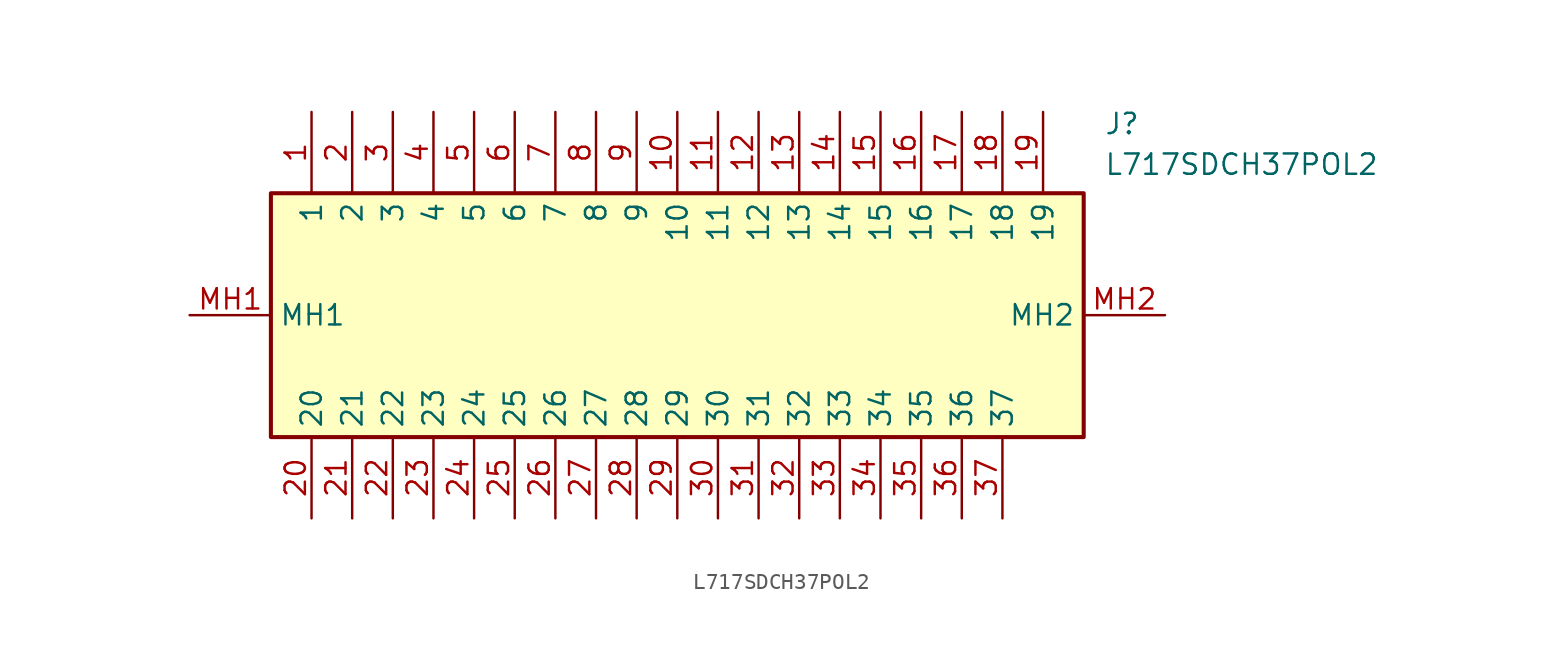
<source format=kicad_sym>
(kicad_symbol_lib
  (version 20211014)
  (generator SamacSys_ECAD_Model)
  (symbol "L717SDCH37POL2"
    (property "Reference" "J"
      (at 57.15 12.7 0)
      (effects (font (size 1.27 1.27)) (justify left top)))
    (property "Value" "L717SDCH37POL2"
      (at 57.15 10.16 0)
      (effects (font (size 1.27 1.27)) (justify left top)))
    (rectangle
      (start 5.08 7.62)
      (end 55.88 -7.62)
      (stroke (width 0.254) (type default))
      (fill (type background)))
    (pin passive line
      (at 7.62 12.7 270)
      (length 5.08)
      (name "1" (effects (font (size 1.27 1.27))))
      (number "1" (effects (font (size 1.27 1.27)))))
    (pin passive line
      (at 10.16 12.7 270)
      (length 5.08)
      (name "2" (effects (font (size 1.27 1.27))))
      (number "2" (effects (font (size 1.27 1.27)))))
    (pin passive line
      (at 12.7 12.7 270)
      (length 5.08)
      (name "3" (effects (font (size 1.27 1.27))))
      (number "3" (effects (font (size 1.27 1.27)))))
    (pin passive line
      (at 15.24 12.7 270)
      (length 5.08)
      (name "4" (effects (font (size 1.27 1.27))))
      (number "4" (effects (font (size 1.27 1.27)))))
    (pin passive line
      (at 17.78 12.7 270)
      (length 5.08)
      (name "5" (effects (font (size 1.27 1.27))))
      (number "5" (effects (font (size 1.27 1.27)))))
    (pin passive line
      (at 20.32 12.7 270)
      (length 5.08)
      (name "6" (effects (font (size 1.27 1.27))))
      (number "6" (effects (font (size 1.27 1.27)))))
    (pin passive line
      (at 22.86 12.7 270)
      (length 5.08)
      (name "7" (effects (font (size 1.27 1.27))))
      (number "7" (effects (font (size 1.27 1.27)))))
    (pin passive line
      (at 25.4 12.7 270)
      (length 5.08)
      (name "8" (effects (font (size 1.27 1.27))))
      (number "8" (effects (font (size 1.27 1.27)))))
    (pin passive line
      (at 27.94 12.7 270)
      (length 5.08)
      (name "9" (effects (font (size 1.27 1.27))))
      (number "9" (effects (font (size 1.27 1.27)))))
    (pin passive line
      (at 30.48 12.7 270)
      (length 5.08)
      (name "10" (effects (font (size 1.27 1.27))))
      (number "10" (effects (font (size 1.27 1.27)))))
    (pin passive line
      (at 33.02 12.7 270)
      (length 5.08)
      (name "11" (effects (font (size 1.27 1.27))))
      (number "11" (effects (font (size 1.27 1.27)))))
    (pin passive line
      (at 35.56 12.7 270)
      (length 5.08)
      (name "12" (effects (font (size 1.27 1.27))))
      (number "12" (effects (font (size 1.27 1.27)))))
    (pin passive line
      (at 38.1 12.7 270)
      (length 5.08)
      (name "13" (effects (font (size 1.27 1.27))))
      (number "13" (effects (font (size 1.27 1.27)))))
    (pin passive line
      (at 40.64 12.7 270)
      (length 5.08)
      (name "14" (effects (font (size 1.27 1.27))))
      (number "14" (effects (font (size 1.27 1.27)))))
    (pin passive line
      (at 43.18 12.7 270)
      (length 5.08)
      (name "15" (effects (font (size 1.27 1.27))))
      (number "15" (effects (font (size 1.27 1.27)))))
    (pin passive line
      (at 45.72 12.7 270)
      (length 5.08)
      (name "16" (effects (font (size 1.27 1.27))))
      (number "16" (effects (font (size 1.27 1.27)))))
    (pin passive line
      (at 48.26 12.7 270)
      (length 5.08)
      (name "17" (effects (font (size 1.27 1.27))))
      (number "17" (effects (font (size 1.27 1.27)))))
    (pin passive line
      (at 50.8 12.7 270)
      (length 5.08)
      (name "18" (effects (font (size 1.27 1.27))))
      (number "18" (effects (font (size 1.27 1.27)))))
    (pin passive line
      (at 53.34 12.7 270)
      (length 5.08)
      (name "19" (effects (font (size 1.27 1.27))))
      (number "19" (effects (font (size 1.27 1.27)))))
    (pin passive line
      (at 7.62 -12.7 90)
      (length 5.08)
      (name "20" (effects (font (size 1.27 1.27))))
      (number "20" (effects (font (size 1.27 1.27)))))
    (pin passive line
      (at 10.16 -12.7 90)
      (length 5.08)
      (name "21" (effects (font (size 1.27 1.27))))
      (number "21" (effects (font (size 1.27 1.27)))))
    (pin passive line
      (at 12.7 -12.7 90)
      (length 5.08)
      (name "22" (effects (font (size 1.27 1.27))))
      (number "22" (effects (font (size 1.27 1.27)))))
    (pin passive line
      (at 15.24 -12.7 90)
      (length 5.08)
      (name "23" (effects (font (size 1.27 1.27))))
      (number "23" (effects (font (size 1.27 1.27)))))
    (pin passive line
      (at 17.78 -12.7 90)
      (length 5.08)
      (name "24" (effects (font (size 1.27 1.27))))
      (number "24" (effects (font (size 1.27 1.27)))))
    (pin passive line
      (at 20.32 -12.7 90)
      (length 5.08)
      (name "25" (effects (font (size 1.27 1.27))))
      (number "25" (effects (font (size 1.27 1.27)))))
    (pin passive line
      (at 22.86 -12.7 90)
      (length 5.08)
      (name "26" (effects (font (size 1.27 1.27))))
      (number "26" (effects (font (size 1.27 1.27)))))
    (pin passive line
      (at 25.4 -12.7 90)
      (length 5.08)
      (name "27" (effects (font (size 1.27 1.27))))
      (number "27" (effects (font (size 1.27 1.27)))))
    (pin passive line
      (at 27.94 -12.7 90)
      (length 5.08)
      (name "28" (effects (font (size 1.27 1.27))))
      (number "28" (effects (font (size 1.27 1.27)))))
    (pin passive line
      (at 30.48 -12.7 90)
      (length 5.08)
      (name "29" (effects (font (size 1.27 1.27))))
      (number "29" (effects (font (size 1.27 1.27)))))
    (pin passive line
      (at 33.02 -12.7 90)
      (length 5.08)
      (name "30" (effects (font (size 1.27 1.27))))
      (number "30" (effects (font (size 1.27 1.27)))))
    (pin passive line
      (at 35.56 -12.7 90)
      (length 5.08)
      (name "31" (effects (font (size 1.27 1.27))))
      (number "31" (effects (font (size 1.27 1.27)))))
    (pin passive line
      (at 38.1 -12.7 90)
      (length 5.08)
      (name "32" (effects (font (size 1.27 1.27))))
      (number "32" (effects (font (size 1.27 1.27)))))
    (pin passive line
      (at 40.64 -12.7 90)
      (length 5.08)
      (name "33" (effects (font (size 1.27 1.27))))
      (number "33" (effects (font (size 1.27 1.27)))))
    (pin passive line
      (at 43.18 -12.7 90)
      (length 5.08)
      (name "34" (effects (font (size 1.27 1.27))))
      (number "34" (effects (font (size 1.27 1.27)))))
    (pin passive line
      (at 45.72 -12.7 90)
      (length 5.08)
      (name "35" (effects (font (size 1.27 1.27))))
      (number "35" (effects (font (size 1.27 1.27)))))
    (pin passive line
      (at 48.26 -12.7 90)
      (length 5.08)
      (name "36" (effects (font (size 1.27 1.27))))
      (number "36" (effects (font (size 1.27 1.27)))))
    (pin passive line
      (at 50.8 -12.7 90)
      (length 5.08)
      (name "37" (effects (font (size 1.27 1.27))))
      (number "37" (effects (font (size 1.27 1.27)))))
    (pin passive line
      (at 0 0 0)
      (length 5.08)
      (name "MH1" (effects (font (size 1.27 1.27))))
      (number "MH1" (effects (font (size 1.27 1.27)))))
    (pin passive line
      (at 60.96 0 180)
      (length 5.08)
      (name "MH2" (effects (font (size 1.27 1.27))))
      (number "MH2" (effects (font (size 1.27 1.27)))))))
</source>
